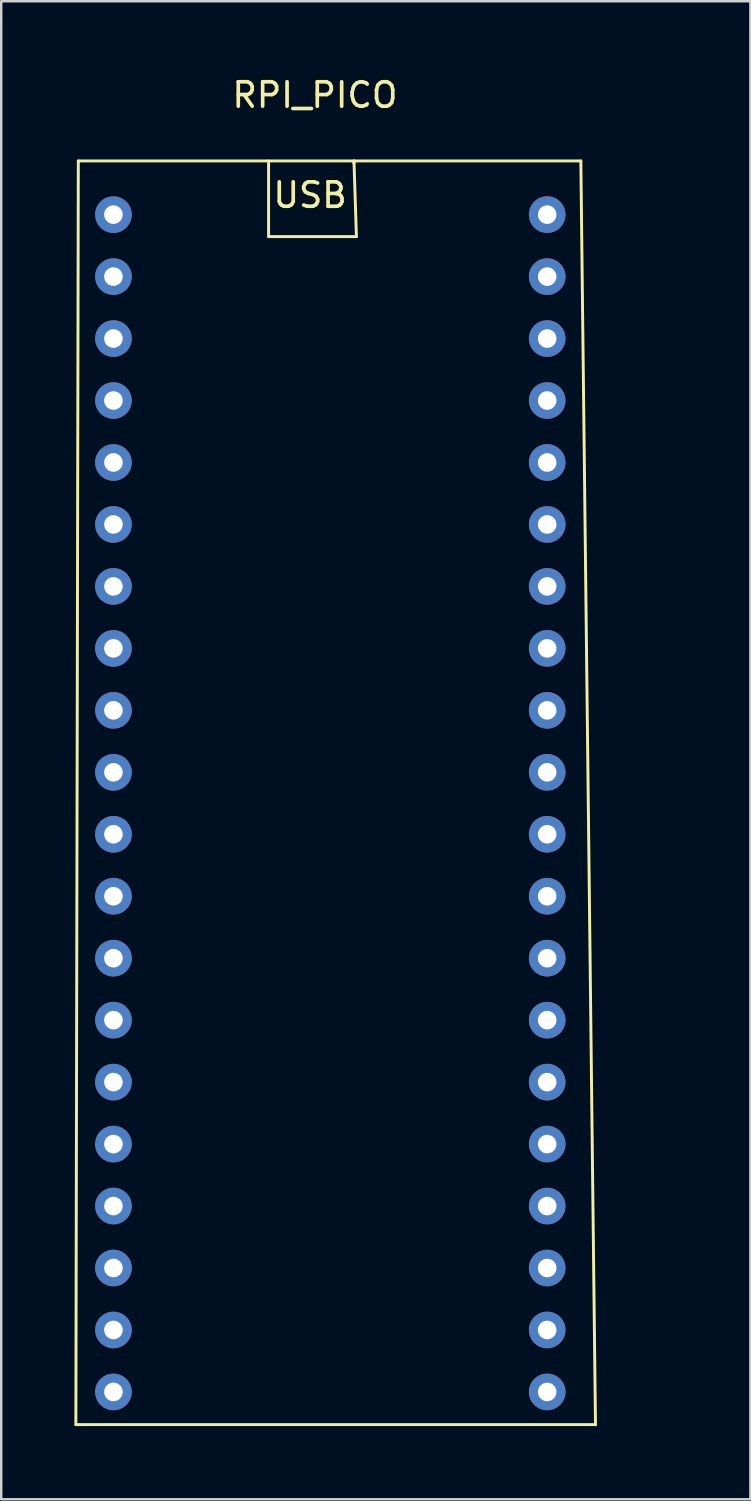
<source format=kicad_pcb>
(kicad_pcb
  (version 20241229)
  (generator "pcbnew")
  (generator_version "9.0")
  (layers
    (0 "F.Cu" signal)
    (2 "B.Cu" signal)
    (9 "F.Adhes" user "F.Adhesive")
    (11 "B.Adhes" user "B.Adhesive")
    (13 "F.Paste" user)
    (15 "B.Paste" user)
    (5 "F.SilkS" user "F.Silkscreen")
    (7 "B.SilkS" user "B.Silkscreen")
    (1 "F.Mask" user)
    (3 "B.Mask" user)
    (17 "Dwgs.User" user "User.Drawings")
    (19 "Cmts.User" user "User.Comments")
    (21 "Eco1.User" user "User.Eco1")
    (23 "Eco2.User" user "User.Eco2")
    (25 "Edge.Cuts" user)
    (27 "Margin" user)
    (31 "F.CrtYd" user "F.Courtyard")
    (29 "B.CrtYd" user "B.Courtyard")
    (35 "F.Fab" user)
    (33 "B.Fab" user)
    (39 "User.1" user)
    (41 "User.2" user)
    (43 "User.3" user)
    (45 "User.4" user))
  (footprint "RPI_PICO"
    (layer "F.Cu")
    (at 24.46 5.748)
    (property "Reference" "RPI_PICO" (at -14.6 -4.9 0) (layer "F.SilkS") (effects (font (size 1 1) (thickness 0.15))))
    (attr through_hole)
    (fp_line (start -24.4 49.6) (end -24.3 -2.2) (stroke (width 0.12) (type solid)) (layer "F.SilkS"))
    (fp_line (start -24.3 -2.2) (end -3.7 -2.2) (stroke (width 0.12) (type solid)) (layer "F.SilkS"))
    (fp_line (start -16.5 -2.2) (end -16.5 0.9) (stroke (width 0.12) (type solid)) (layer "F.SilkS"))
    (fp_line (start -16.5 0.9) (end -12.9 0.9) (stroke (width 0.12) (type solid)) (layer "F.SilkS"))
    (fp_line (start -13 -2.2) (end -13 -2.1) (stroke (width 0.12) (type solid)) (layer "F.SilkS"))
    (fp_line (start -12.9 0.9) (end -13 -2.2) (stroke (width 0.12) (type solid)) (layer "F.SilkS"))
    (fp_line (start -3.7 -2.2) (end -3.1 49.6) (stroke (width 0.12) (type solid)) (layer "F.SilkS"))
    (fp_line (start -3.1 49.6) (end -24.4 49.6) (stroke (width 0.12) (type solid)) (layer "F.SilkS"))
    (fp_text user "USB" (at -14.8 -0.8 0) (layer "F.SilkS") (effects (font (size 1 1) (thickness 0.15))))
    (pad "1" thru_hole circle (at -22.86 0) (size 1.5 1.5) (drill 0.762) (layers "*.Cu" "*.Mask"))
    (pad "2" thru_hole circle (at -22.86 2.54) (size 1.5 1.5) (drill 0.762) (layers "*.Cu" "*.Mask"))
    (pad "3" thru_hole circle (at -22.86 5.08) (size 1.5 1.5) (drill 0.762) (layers "*.Cu" "*.Mask"))
    (pad "4" thru_hole circle (at -22.86 7.62) (size 1.5 1.5) (drill 0.762) (layers "*.Cu" "*.Mask"))
    (pad "5" thru_hole circle (at -22.86 10.16) (size 1.5 1.5) (drill 0.762) (layers "*.Cu" "*.Mask"))
    (pad "6" thru_hole circle (at -22.86 12.7) (size 1.5 1.5) (drill 0.762) (layers "*.Cu" "*.Mask"))
    (pad "7" thru_hole circle (at -22.86 15.24) (size 1.5 1.5) (drill 0.762) (layers "*.Cu" "*.Mask"))
    (pad "8" thru_hole circle (at -22.86 17.78) (size 1.5 1.5) (drill 0.762) (layers "*.Cu" "*.Mask"))
    (pad "9" thru_hole circle (at -22.86 20.32) (size 1.5 1.5) (drill 0.762) (layers "*.Cu" "*.Mask"))
    (pad "10" thru_hole circle (at -22.86 22.86) (size 1.5 1.5) (drill 0.762) (layers "*.Cu" "*.Mask"))
    (pad "11" thru_hole circle (at -22.86 25.4) (size 1.5 1.5) (drill 0.762) (layers "*.Cu" "*.Mask"))
    (pad "12" thru_hole circle (at -22.86 27.94) (size 1.5 1.5) (drill 0.762) (layers "*.Cu" "*.Mask"))
    (pad "13" thru_hole circle (at -22.86 30.48) (size 1.5 1.5) (drill 0.762) (layers "*.Cu" "*.Mask"))
    (pad "14" thru_hole circle (at -22.86 33.02) (size 1.5 1.5) (drill 0.762) (layers "*.Cu" "*.Mask"))
    (pad "15" thru_hole circle (at -22.86 35.56) (size 1.5 1.5) (drill 0.762) (layers "*.Cu" "*.Mask"))
    (pad "16" thru_hole circle (at -22.86 38.1) (size 1.5 1.5) (drill 0.762) (layers "*.Cu" "*.Mask"))
    (pad "17" thru_hole circle (at -22.86 40.64) (size 1.5 1.5) (drill 0.762) (layers "*.Cu" "*.Mask"))
    (pad "18" thru_hole circle (at -22.86 43.18) (size 1.5 1.5) (drill 0.762) (layers "*.Cu" "*.Mask"))
    (pad "19" thru_hole circle (at -22.86 45.72) (size 1.5 1.5) (drill 0.762) (layers "*.Cu" "*.Mask"))
    (pad "20" thru_hole circle (at -22.86 48.26) (size 1.5 1.5) (drill 0.762) (layers "*.Cu" "*.Mask"))
    (pad "21" thru_hole circle (at -5.08 48.26) (size 1.5 1.5) (drill 0.762) (layers "*.Cu" "*.Mask"))
    (pad "22" thru_hole circle (at -5.08 45.72) (size 1.5 1.5) (drill 0.762) (layers "*.Cu" "*.Mask"))
    (pad "23" thru_hole circle (at -5.08 43.18) (size 1.5 1.5) (drill 0.762) (layers "*.Cu" "*.Mask"))
    (pad "24" thru_hole circle (at -5.08 40.64) (size 1.5 1.5) (drill 0.762) (layers "*.Cu" "*.Mask"))
    (pad "25" thru_hole circle (at -5.08 38.1) (size 1.5 1.5) (drill 0.762) (layers "*.Cu" "*.Mask"))
    (pad "26" thru_hole circle (at -5.08 35.56) (size 1.5 1.5) (drill 0.762) (layers "*.Cu" "*.Mask"))
    (pad "27" thru_hole circle (at -5.08 33.02) (size 1.5 1.5) (drill 0.762) (layers "*.Cu" "*.Mask"))
    (pad "28" thru_hole circle (at -5.08 30.48) (size 1.5 1.5) (drill 0.762) (layers "*.Cu" "*.Mask"))
    (pad "29" thru_hole circle (at -5.08 27.94) (size 1.5 1.5) (drill 0.762) (layers "*.Cu" "*.Mask"))
    (pad "30" thru_hole circle (at -5.08 25.4) (size 1.5 1.5) (drill 0.762) (layers "*.Cu" "*.Mask"))
    (pad "31" thru_hole circle (at -5.08 22.86) (size 1.5 1.5) (drill 0.762) (layers "*.Cu" "*.Mask"))
    (pad "32" thru_hole circle (at -5.08 20.32) (size 1.5 1.5) (drill 0.762) (layers "*.Cu" "*.Mask"))
    (pad "33" thru_hole circle (at -5.08 17.78) (size 1.5 1.5) (drill 0.762) (layers "*.Cu" "*.Mask"))
    (pad "34" thru_hole circle (at -5.08 15.24) (size 1.5 1.5) (drill 0.762) (layers "*.Cu" "*.Mask"))
    (pad "35" thru_hole circle (at -5.08 12.7) (size 1.5 1.5) (drill 0.762) (layers "*.Cu" "*.Mask"))
    (pad "36" thru_hole circle (at -5.08 10.16) (size 1.5 1.5) (drill 0.762) (layers "*.Cu" "*.Mask"))
    (pad "37" thru_hole circle (at -5.08 7.62) (size 1.5 1.5) (drill 0.762) (layers "*.Cu" "*.Mask"))
    (pad "38" thru_hole circle (at -5.08 5.08) (size 1.5 1.5) (drill 0.762) (layers "*.Cu" "*.Mask"))
    (pad "39" thru_hole circle (at -5.08 2.54) (size 1.5 1.5) (drill 0.762) (layers "*.Cu" "*.Mask"))
    (pad "40" thru_hole circle (at -5.08 0) (size 1.5 1.5) (drill 0.762) (layers "*.Cu" "*.Mask")))
  (gr_rect
    (start -3 -3)
    (end 27.71 58.408)
    (stroke (width 0.1) (type default))
    (fill no)
    (layer "Edge.Cuts")))
</source>
